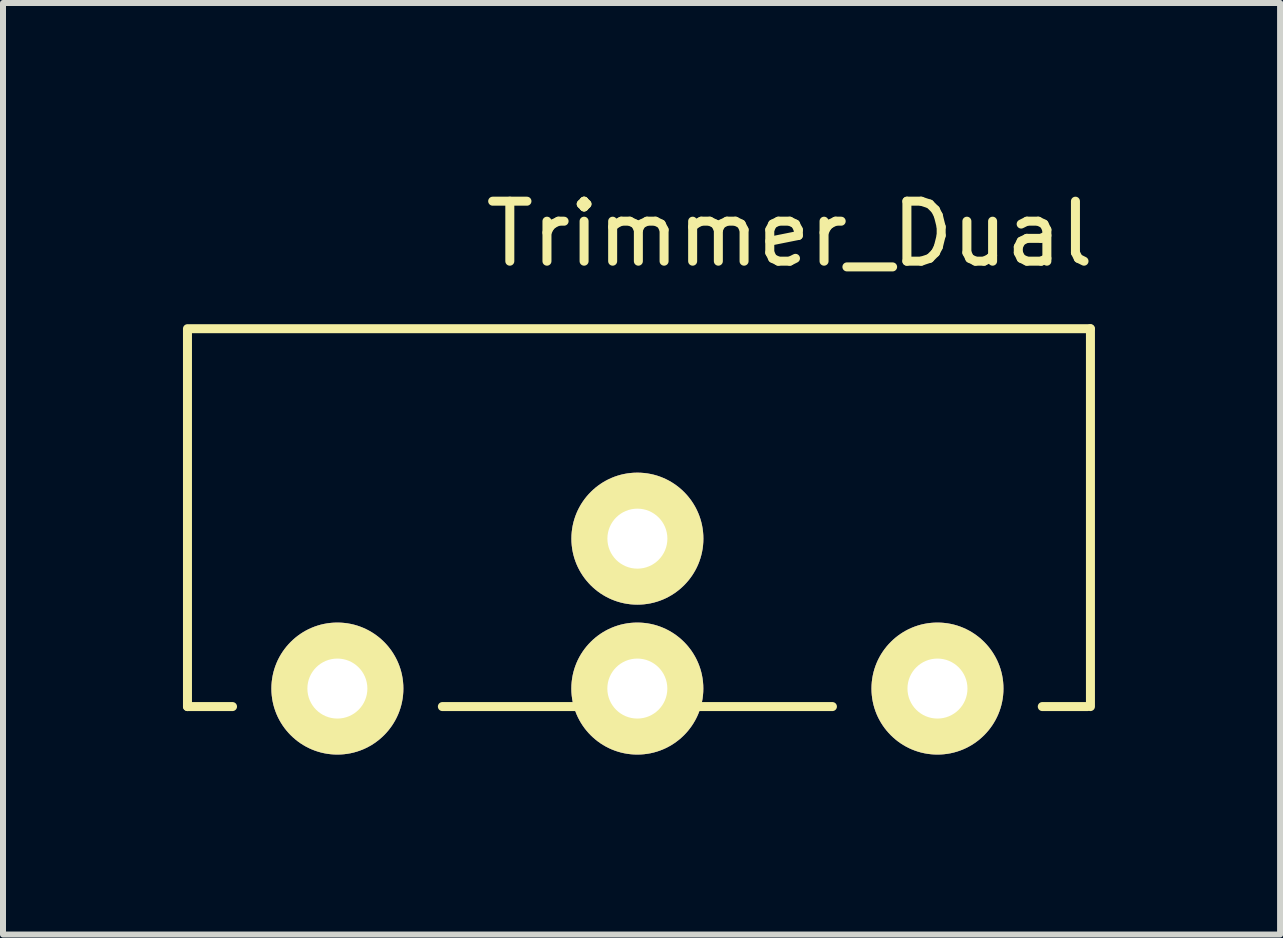
<source format=kicad_pcb>
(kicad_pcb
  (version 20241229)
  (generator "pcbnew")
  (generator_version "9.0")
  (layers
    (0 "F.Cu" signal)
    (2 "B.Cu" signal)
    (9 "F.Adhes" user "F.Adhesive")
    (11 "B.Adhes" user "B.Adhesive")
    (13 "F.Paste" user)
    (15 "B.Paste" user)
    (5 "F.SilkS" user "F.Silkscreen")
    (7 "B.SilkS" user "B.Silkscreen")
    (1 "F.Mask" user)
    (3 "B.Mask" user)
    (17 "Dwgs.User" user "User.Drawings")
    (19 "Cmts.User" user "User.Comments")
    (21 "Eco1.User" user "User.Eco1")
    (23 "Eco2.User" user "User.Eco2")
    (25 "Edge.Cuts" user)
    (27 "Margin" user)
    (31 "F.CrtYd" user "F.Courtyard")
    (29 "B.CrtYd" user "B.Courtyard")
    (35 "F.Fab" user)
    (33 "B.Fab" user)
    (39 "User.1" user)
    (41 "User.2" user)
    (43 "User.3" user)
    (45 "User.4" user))
  (footprint "Trimmer_Dual"
    (layer "F.Cu")
    (at 2.574 8.428)
    (property "Reference" "Trimmer_Dual" (at 7.541 -7.579 0) (layer "F.SilkS") (effects (font (size 1 1) (thickness 0.15))))
    (attr through_hole)
    (fp_line (start -2.499 -5.999) (end -2.499 0.3) (stroke (width 0.15) (type solid)) (layer "F.SilkS"))
    (fp_line (start -2.499 0.3) (end -1.748 0.3) (stroke (width 0.15) (type solid)) (layer "F.SilkS"))
    (fp_line (start 1.75 0.3) (end 8.252 0.3) (stroke (width 0.15) (type solid)) (layer "F.SilkS"))
    (fp_line (start 11.75 0.3) (end 12.502 0.3) (stroke (width 0.15) (type solid)) (layer "F.SilkS"))
    (fp_line (start 12.55 -5.999) (end -2.451 -5.999) (stroke (width 0.15) (type solid)) (layer "F.SilkS"))
    (fp_line (start 12.553 0.3) (end 12.553 -5.999) (stroke (width 0.15) (type solid)) (layer "F.SilkS"))
    (pad "1" thru_hole circle (at 0 0) (size 2.2 2.2) (drill 1) (layers "*.Cu" "*.Mask" "F.SilkS"))
    (pad "2" thru_hole circle (at 5 0) (size 2.2 2.2) (drill 1) (layers "*.Cu" "*.Mask" "F.SilkS"))
    (pad "2" thru_hole circle (at 5.001 -2.499) (size 2.2 2.2) (drill 1) (layers "*.Cu" "*.Mask" "F.SilkS"))
    (pad "3" thru_hole circle (at 10.003 0) (size 2.2 2.2) (drill 1) (layers "*.Cu" "*.Mask" "F.SilkS")))
  (gr_rect
    (start -3 -3)
    (end 18.288 12.528)
    (stroke (width 0.1) (type default))
    (fill no)
    (layer "Edge.Cuts")))
</source>
